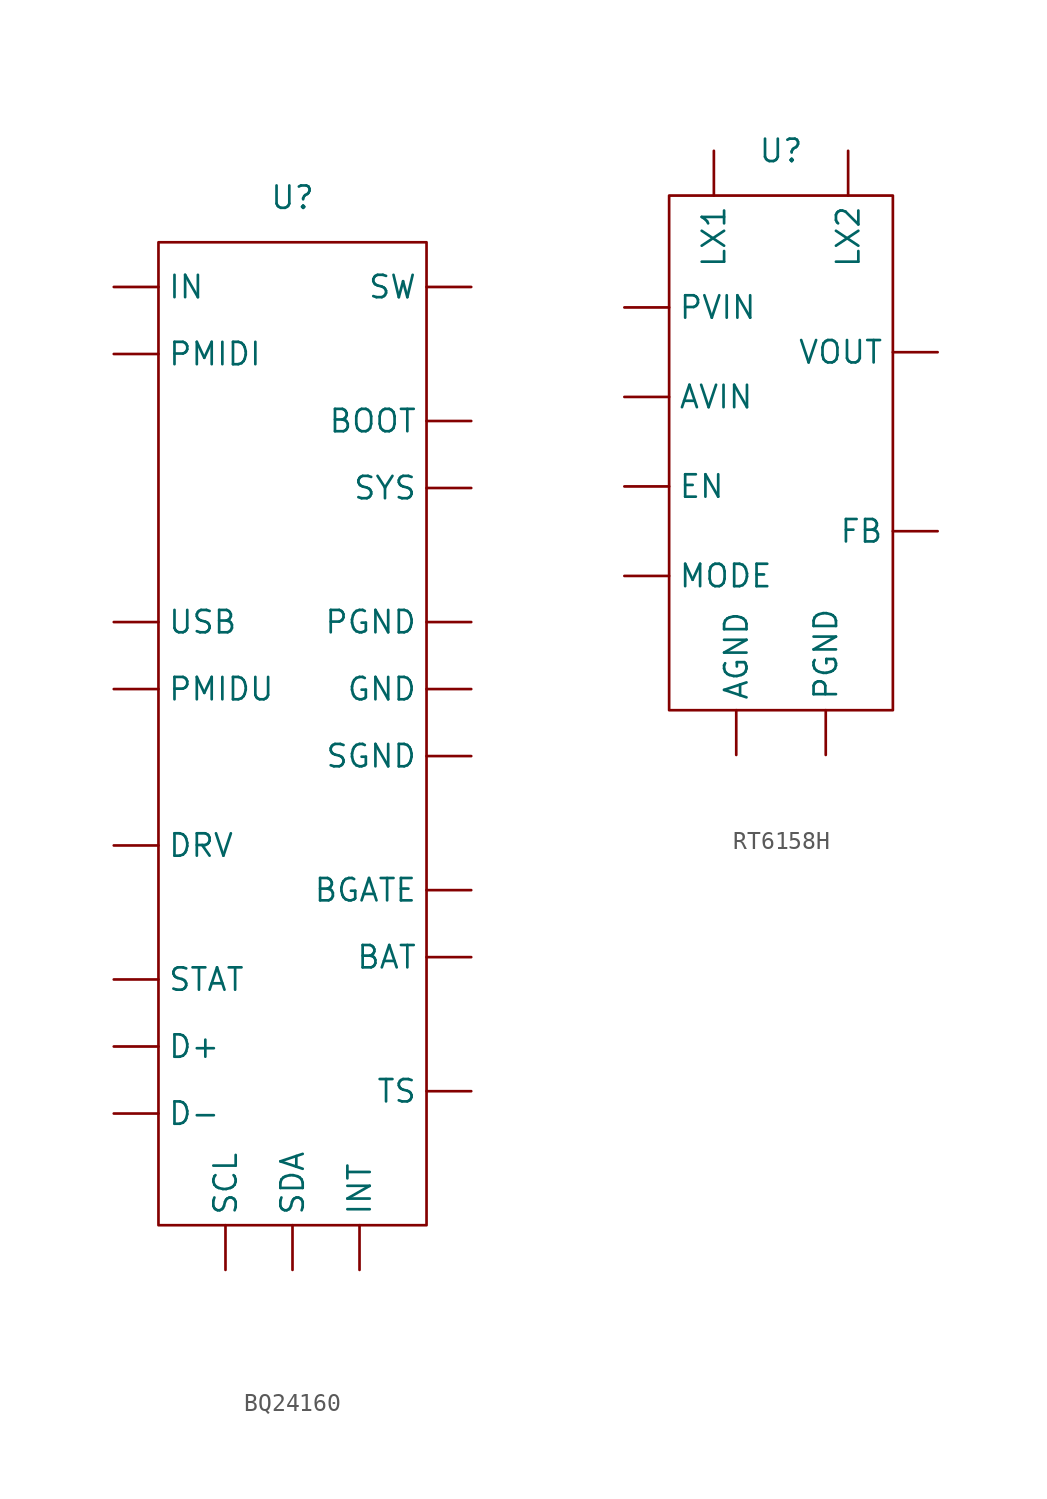
<source format=kicad_sym>
(kicad_symbol_lib
  (version 20220914)
  (generator kicad_symbol_editor)
  (symbol "BQ24160"
    (property "Reference" "U"
      (at 0 11.43 0)
      (effects (font (size 1.27 1.27))))
    (property "Value" ""
      (at 0 0 0)
      (effects (font (size 1.27 1.27))))
    (symbol "BQ24160_0_1"
      (rectangle (start -7.62 8.89) (end 7.62 -46.99) (stroke (width 0) (type default)) (fill (type none))))
    (symbol "BQ24160_1_1"
      (pin bidirectional line (at 10.16 -31.75 180) (length 2.54) (name "BAT" (effects (font (size 1.27 1.27)))) (number "" (effects (font (size 1.27 1.27)))))
      (pin output line (at 10.16 -27.94 180) (length 2.54) (name "BGATE" (effects (font (size 1.27 1.27)))) (number "" (effects (font (size 1.27 1.27)))))
      (pin input line (at 10.16 -1.27 180) (length 2.54) (name "BOOT" (effects (font (size 1.27 1.27)))) (number "" (effects (font (size 1.27 1.27)))))
      (pin input line (at -10.16 -36.83 0) (length 2.54) (name "D+" (effects (font (size 1.27 1.27)))) (number "" (effects (font (size 1.27 1.27)))))
      (pin input line (at -10.16 -40.64 0) (length 2.54) (name "D-" (effects (font (size 1.27 1.27)))) (number "" (effects (font (size 1.27 1.27)))))
      (pin output line (at -10.16 -25.4 0) (length 2.54) (name "DRV" (effects (font (size 1.27 1.27)))) (number "" (effects (font (size 1.27 1.27)))))
      (pin power_in line (at 10.16 -16.51 180) (length 2.54) (name "GND" (effects (font (size 1.27 1.27)))) (number "" (effects (font (size 1.27 1.27)))))
      (pin power_in line (at -10.16 6.35 0) (length 2.54) (name "IN" (effects (font (size 1.27 1.27)))) (number "" (effects (font (size 1.27 1.27)))))
      (pin output line (at 3.81 -49.53 90) (length 2.54) (name "INT" (effects (font (size 1.27 1.27)))) (number "" (effects (font (size 1.27 1.27)))))
      (pin power_in line (at 10.16 -12.7 180) (length 2.54) (name "PGND" (effects (font (size 1.27 1.27)))) (number "" (effects (font (size 1.27 1.27)))))
      (pin output line (at -10.16 2.54 0) (length 2.54) (name "PMIDI" (effects (font (size 1.27 1.27)))) (number "" (effects (font (size 1.27 1.27)))))
      (pin output line (at -10.16 -16.51 0) (length 2.54) (name "PMIDU" (effects (font (size 1.27 1.27)))) (number "" (effects (font (size 1.27 1.27)))))
      (pin input line (at -3.81 -49.53 90) (length 2.54) (name "SCL" (effects (font (size 1.27 1.27)))) (number "" (effects (font (size 1.27 1.27)))))
      (pin bidirectional line (at 0 -49.53 90) (length 2.54) (name "SDA" (effects (font (size 1.27 1.27)))) (number "" (effects (font (size 1.27 1.27)))))
      (pin power_in line (at 10.16 -20.32 180) (length 2.54) (name "SGND" (effects (font (size 1.27 1.27)))) (number "" (effects (font (size 1.27 1.27)))))
      (pin output line (at -10.16 -33.02 0) (length 2.54) (name "STAT" (effects (font (size 1.27 1.27)))) (number "" (effects (font (size 1.27 1.27)))))
      (pin output line (at 10.16 6.35 180) (length 2.54) (name "SW" (effects (font (size 1.27 1.27)))) (number "" (effects (font (size 1.27 1.27)))))
      (pin input line (at 10.16 -5.08 180) (length 2.54) (name "SYS" (effects (font (size 1.27 1.27)))) (number "" (effects (font (size 1.27 1.27)))))
      (pin input line (at 10.16 -39.37 180) (length 2.54) (name "TS" (effects (font (size 1.27 1.27)))) (number "" (effects (font (size 1.27 1.27)))))
      (pin input line (at -10.16 -12.7 0) (length 2.54) (name "USB" (effects (font (size 1.27 1.27)))) (number "" (effects (font (size 1.27 1.27)))))))
  (symbol "RT6158H"
    (property "Reference" "U"
      (at 0 12.7 0)
      (effects (font (size 1.27 1.27))))
    (property "Value" ""
      (at 0 0 0)
      (effects (font (size 1.27 1.27))))
    (symbol "RT6158H_0_1"
      (rectangle (start -6.35 10.16) (end 6.35 -19.05) (stroke (width 0) (type default)) (fill (type none))))
    (symbol "RT6158H_1_1"
      (pin power_in line (at -2.54 -21.59 90) (length 2.54) (name "AGND" (effects (font (size 1.27 1.27)))) (number "" (effects (font (size 1.27 1.27)))))
      (pin power_in line (at -8.89 -1.27 0) (length 2.54) (name "AVIN" (effects (font (size 1.27 1.27)))) (number "" (effects (font (size 1.27 1.27)))))
      (pin input line (at -8.89 -6.35 0) (length 2.54) (name "EN" (effects (font (size 1.27 1.27)))) (number "" (effects (font (size 1.27 1.27)))))
      (pin output line (at 8.89 -8.89 180) (length 2.54) (name "FB" (effects (font (size 1.27 1.27)))) (number "" (effects (font (size 1.27 1.27)))))
      (pin passive line (at -3.81 12.7 270) (length 2.54) (name "LX1" (effects (font (size 1.27 1.27)))) (number "" (effects (font (size 1.27 1.27)))))
      (pin passive line (at 3.81 12.7 270) (length 2.54) (name "LX2" (effects (font (size 1.27 1.27)))) (number "" (effects (font (size 1.27 1.27)))))
      (pin input line (at -8.89 -11.43 0) (length 2.54) (name "MODE" (effects (font (size 1.27 1.27)))) (number "" (effects (font (size 1.27 1.27)))))
      (pin power_in line (at 2.54 -21.59 90) (length 2.54) (name "PGND" (effects (font (size 1.27 1.27)))) (number "" (effects (font (size 1.27 1.27)))))
      (pin power_in line (at -8.89 3.81 0) (length 2.54) (name "PVIN" (effects (font (size 1.27 1.27)))) (number "" (effects (font (size 1.27 1.27)))))
      (pin power_out line (at 8.89 1.27 180) (length 2.54) (name "VOUT" (effects (font (size 1.27 1.27)))) (number "" (effects (font (size 1.27 1.27))))))))
</source>
